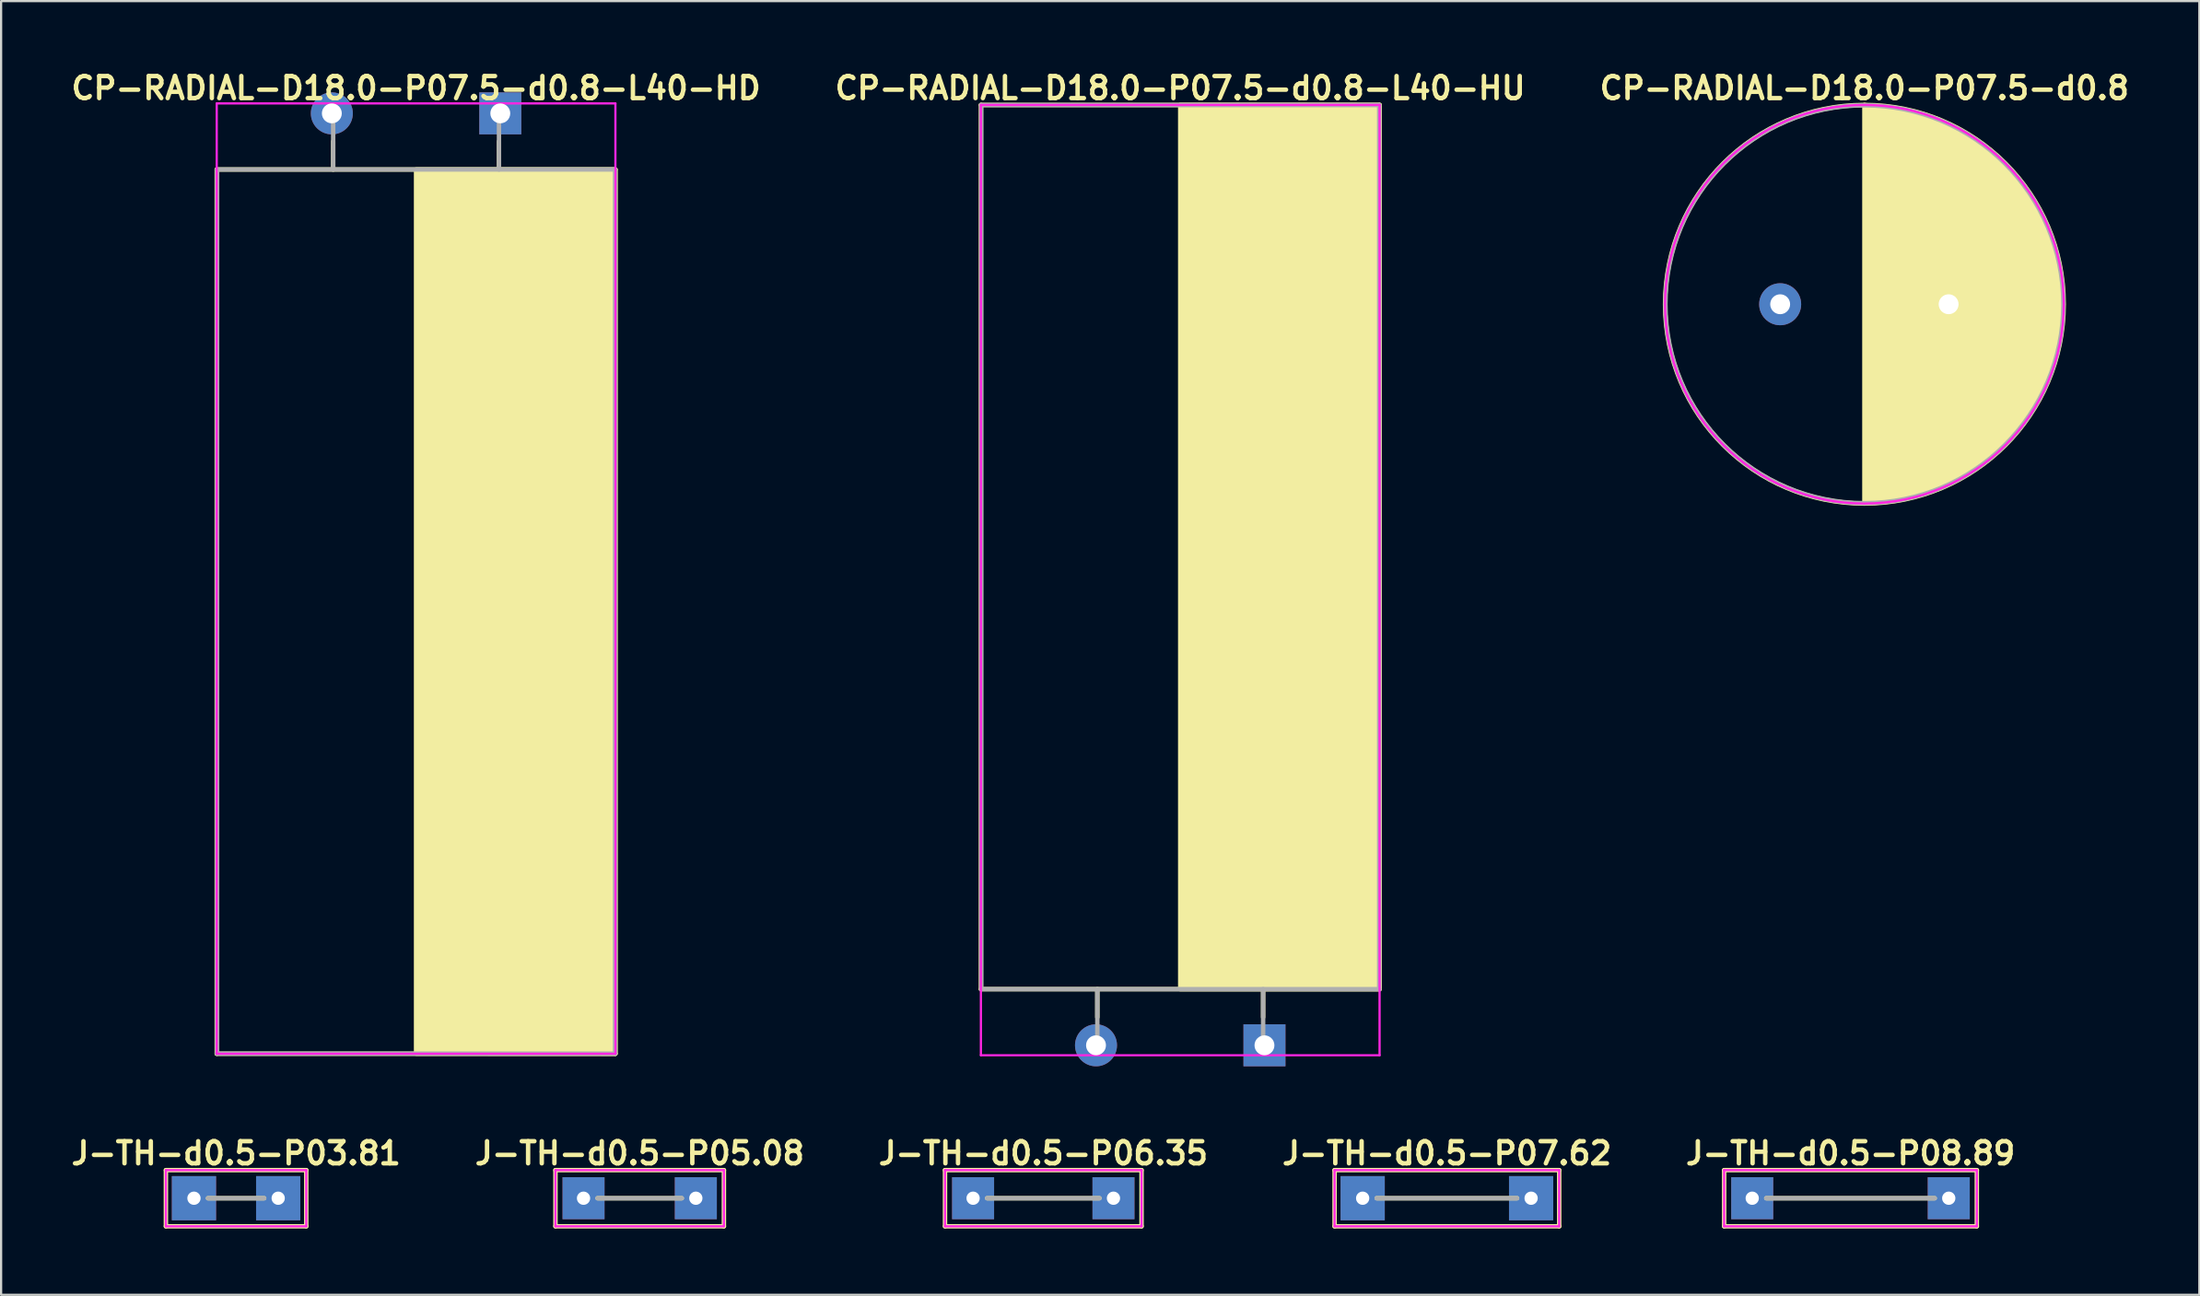
<source format=kicad_pcb>
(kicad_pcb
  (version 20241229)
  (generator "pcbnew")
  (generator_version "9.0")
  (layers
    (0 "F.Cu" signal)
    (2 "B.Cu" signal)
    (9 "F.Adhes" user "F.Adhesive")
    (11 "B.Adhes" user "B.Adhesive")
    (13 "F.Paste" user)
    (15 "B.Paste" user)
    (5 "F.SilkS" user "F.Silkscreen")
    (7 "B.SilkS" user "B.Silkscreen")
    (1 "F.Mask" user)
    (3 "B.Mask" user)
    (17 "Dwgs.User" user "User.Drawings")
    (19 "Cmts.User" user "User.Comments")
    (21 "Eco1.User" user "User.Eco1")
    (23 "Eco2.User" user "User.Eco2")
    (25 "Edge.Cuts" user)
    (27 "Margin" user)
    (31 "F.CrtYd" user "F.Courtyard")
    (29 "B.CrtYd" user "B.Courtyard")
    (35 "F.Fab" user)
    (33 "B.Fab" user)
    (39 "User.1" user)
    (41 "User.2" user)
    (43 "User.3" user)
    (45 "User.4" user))
  (footprint "J-TH-d0.5-P07.62"
    (layer "F.Cu")
    (at 62.4 51.161)
    (property "Reference" "J-TH-d0.5-P07.62" (at 0 -2.032 0) (layer "F.SilkS") (effects (font (size 1 1) (thickness 0.2))))
    (attr through_hole)
    (fp_line (start -5.08 -1.27) (end -5.08 1.27) (stroke (width 0.2) (type solid)) (layer "F.SilkS"))
    (fp_line (start -5.08 -1.27) (end 5.08 -1.27) (stroke (width 0.2) (type solid)) (layer "F.SilkS"))
    (fp_line (start -5.08 1.27) (end 5.08 1.27) (stroke (width 0.2) (type solid)) (layer "F.SilkS"))
    (fp_line (start -3.175 0) (end 3.175 0) (stroke (width 0.2) (type solid)) (layer "F.SilkS"))
    (fp_line (start 5.08 -1.27) (end 5.08 1.27) (stroke (width 0.2) (type solid)) (layer "F.SilkS"))
    (fp_line (start -5.08 -1.27) (end 5.08 -1.27) (stroke (width 0.1) (type solid)) (layer "F.CrtYd"))
    (fp_line (start -5.08 1.27) (end -5.08 -1.27) (stroke (width 0.1) (type solid)) (layer "F.CrtYd"))
    (fp_line (start 5.08 -1.27) (end 5.08 1.27) (stroke (width 0.1) (type solid)) (layer "F.CrtYd"))
    (fp_line (start 5.08 1.27) (end -5.08 1.27) (stroke (width 0.1) (type solid)) (layer "F.CrtYd"))
    (fp_line (start -3.175 0) (end 3.175 0) (stroke (width 0.2) (type solid)) (layer "F.Fab"))
    (pad "J" thru_hole rect (at -3.81 0) (size 2 2) (drill 0.6) (layers "B.Cu" "B.Mask"))
    (pad "J" thru_hole rect (at 3.81 0) (size 2 2) (drill 0.6) (layers "B.Cu" "B.Mask")))
  (footprint "CP-RADIAL-D18.0-P07.5-d0.8"
    (layer "F.Cu")
    (at 81.286 10.715)
    (property "Reference" "CP-RADIAL-D18.0-P07.5-d0.8" (at 0 -9.779 0) (layer "F.SilkS") (effects (font (size 1 1) (thickness 0.2))))
    (attr through_hole)
    (fp_circle (center 0 0) (end 9.017 0) (stroke (width 0.2) (type solid)) (fill no) (layer "F.SilkS"))
    (fp_poly (pts (xy 0 -9.017) (xy 3.302 -8.382) (xy 5.969 -6.731) (xy 7.874 -4.318) (xy 8.89 -1.27) (xy 8.89 1.27) (xy 7.874 4.318) (xy 5.969 6.731) (xy 3.302 8.382) (xy 0 9.017)) (stroke (width 0.2) (type solid)) (fill yes) (layer "F.SilkS"))
    (fp_circle (center 0 0) (end 9.017 0) (stroke (width 0.1) (type solid)) (fill no) (layer "F.CrtYd"))
    (fp_circle (center 0 0) (end 9 0) (stroke (width 0.2) (type solid)) (fill no) (layer "F.Fab"))
    (pad "+" thru_hole circle (at -3.81 0) (size 1.9 1.9) (drill 0.9) (layers "B.Cu" "B.Mask"))
    (pad "-" thru_hole rect (at 3.81 0) (size 1.9 1.9) (drill 0.9) (layers "B.Cu" "B.Mask")))
  (footprint "J-TH-d0.5-P05.08"
    (layer "F.Cu")
    (at 25.886 51.161)
    (property "Reference" "J-TH-d0.5-P05.08" (at 0 -2.032 0) (layer "F.SilkS") (effects (font (size 1 1) (thickness 0.2))))
    (attr through_hole)
    (fp_line (start -3.81 -1.27) (end -3.81 1.27) (stroke (width 0.2) (type solid)) (layer "F.SilkS"))
    (fp_line (start -3.81 -1.27) (end 3.81 -1.27) (stroke (width 0.2) (type solid)) (layer "F.SilkS"))
    (fp_line (start -3.81 1.27) (end 3.81 1.27) (stroke (width 0.2) (type solid)) (layer "F.SilkS"))
    (fp_line (start -1.905 0) (end 1.905 0) (stroke (width 0.2) (type solid)) (layer "F.SilkS"))
    (fp_line (start 3.81 -1.27) (end 3.81 1.27) (stroke (width 0.2) (type solid)) (layer "F.SilkS"))
    (fp_line (start -3.81 -1.27) (end 3.81 -1.27) (stroke (width 0.1) (type solid)) (layer "F.CrtYd"))
    (fp_line (start -3.81 1.27) (end -3.81 -1.27) (stroke (width 0.1) (type solid)) (layer "F.CrtYd"))
    (fp_line (start 3.81 -1.27) (end 3.81 1.27) (stroke (width 0.1) (type solid)) (layer "F.CrtYd"))
    (fp_line (start 3.81 1.27) (end -3.81 1.27) (stroke (width 0.1) (type solid)) (layer "F.CrtYd"))
    (fp_line (start -1.905 0) (end 1.905 0) (stroke (width 0.2) (type solid)) (layer "F.Fab"))
    (pad "J" thru_hole rect (at -2.54 0) (size 1.9 1.9) (drill 0.6) (layers "B.Cu" "B.Mask"))
    (pad "J" thru_hole rect (at 2.54 0) (size 1.9 1.9) (drill 0.6) (layers "B.Cu" "B.Mask")))
  (footprint "CP-RADIAL-D18.0-P07.5-d0.8-L40-HU"
    (layer "F.Cu")
    (at 50.338 44.243)
    (property "Reference" "CP-RADIAL-D18.0-P07.5-d0.8-L40-HU" (at 0 -43.307 0) (layer "F.SilkS") (effects (font (size 1 1) (thickness 0.2))))
    (attr through_hole)
    (fp_line (start -9.017 -42.545) (end -9.017 -2.54) (stroke (width 0.2) (type solid)) (layer "F.SilkS"))
    (fp_line (start -9.017 -42.545) (end 9.017 -42.545) (stroke (width 0.2) (type solid)) (layer "F.SilkS"))
    (fp_line (start -9.017 -2.54) (end 9.017 -2.54) (stroke (width 0.2) (type solid)) (layer "F.SilkS"))
    (fp_line (start -3.75 -2.54) (end -3.75 -1.27) (stroke (width 0.2) (type solid)) (layer "F.SilkS"))
    (fp_line (start 3.75 -2.54) (end 3.75 -1.27) (stroke (width 0.2) (type solid)) (layer "F.SilkS"))
    (fp_line (start 9.017 -42.545) (end 9.017 -2.54) (stroke (width 0.2) (type solid)) (layer "F.SilkS"))
    (fp_poly (pts (xy 0 -42.545) (xy 9.017 -42.545) (xy 9.017 -2.54) (xy 0 -2.54)) (stroke (width 0.2) (type solid)) (fill yes) (layer "F.SilkS"))
    (fp_line (start -9.017 -42.545) (end -9.017 0.45) (stroke (width 0.1) (type solid)) (layer "F.CrtYd"))
    (fp_line (start -9.017 -42.545) (end 9.017 -42.545) (stroke (width 0.1) (type solid)) (layer "F.CrtYd"))
    (fp_line (start -9.017 0.45) (end 9.017 0.45) (stroke (width 0.1) (type solid)) (layer "F.CrtYd"))
    (fp_line (start 9.017 -42.545) (end 9.017 0.45) (stroke (width 0.1) (type solid)) (layer "F.CrtYd"))
    (fp_line (start -9 -42.54) (end -9 -2.54) (stroke (width 0.2) (type solid)) (layer "F.Fab"))
    (fp_line (start -9 -42.54) (end 9 -42.54) (stroke (width 0.2) (type solid)) (layer "F.Fab"))
    (fp_line (start -9 -2.54) (end 9 -2.54) (stroke (width 0.2) (type solid)) (layer "F.Fab"))
    (fp_line (start -3.75 -2.54) (end -3.75 0) (stroke (width 0.2) (type solid)) (layer "F.Fab"))
    (fp_line (start 3.75 -2.54) (end 3.75 0) (stroke (width 0.2) (type solid)) (layer "F.Fab"))
    (fp_line (start 9 -42.54) (end 9 -2.54) (stroke (width 0.2) (type solid)) (layer "F.Fab"))
    (pad "+" thru_hole circle (at -3.81 0) (size 1.9 1.9) (drill 0.9) (layers "B.Cu" "B.Mask"))
    (pad "-" thru_hole rect (at 3.81 0) (size 1.9 1.9) (drill 0.9) (layers "B.Cu" "B.Mask")))
  (footprint "CP-RADIAL-D18.0-P07.5-d0.8-L40-HD"
    (layer "F.Cu")
    (at 15.771 2.079)
    (property "Reference" "CP-RADIAL-D18.0-P07.5-d0.8-L40-HD" (at 0 -1.143 0) (layer "F.SilkS") (effects (font (size 1 1) (thickness 0.2))))
    (attr through_hole)
    (fp_line (start -9.017 2.54) (end 9.017 2.54) (stroke (width 0.2) (type solid)) (layer "F.SilkS"))
    (fp_line (start -9.017 42.545) (end -9.017 2.54) (stroke (width 0.2) (type solid)) (layer "F.SilkS"))
    (fp_line (start -9.017 42.545) (end 9.017 42.545) (stroke (width 0.2) (type solid)) (layer "F.SilkS"))
    (fp_line (start -3.75 2.54) (end -3.75 1.27) (stroke (width 0.2) (type solid)) (layer "F.SilkS"))
    (fp_line (start 3.75 2.54) (end 3.75 1.27) (stroke (width 0.2) (type solid)) (layer "F.SilkS"))
    (fp_line (start 9.017 42.545) (end 9.017 2.54) (stroke (width 0.2) (type solid)) (layer "F.SilkS"))
    (fp_poly (pts (xy 0 2.54) (xy 9.017 2.54) (xy 9.017 42.545) (xy 0 42.54)) (stroke (width 0.2) (type solid)) (fill yes) (layer "F.SilkS"))
    (fp_line (start -9.017 -0.45) (end 9.017 -0.45) (stroke (width 0.1) (type solid)) (layer "F.CrtYd"))
    (fp_line (start -9.017 42.545) (end -9.017 -0.45) (stroke (width 0.1) (type solid)) (layer "F.CrtYd"))
    (fp_line (start -9.017 42.545) (end 9.017 42.545) (stroke (width 0.1) (type solid)) (layer "F.CrtYd"))
    (fp_line (start 9.017 42.545) (end 9.017 -0.45) (stroke (width 0.1) (type solid)) (layer "F.CrtYd"))
    (fp_line (start -9 2.54) (end 9 2.54) (stroke (width 0.2) (type solid)) (layer "F.Fab"))
    (fp_line (start -9 42.54) (end -9 2.54) (stroke (width 0.2) (type solid)) (layer "F.Fab"))
    (fp_line (start -9 42.54) (end 9 42.54) (stroke (width 0.2) (type solid)) (layer "F.Fab"))
    (fp_line (start -3.75 2.54) (end -3.75 0) (stroke (width 0.2) (type solid)) (layer "F.Fab"))
    (fp_line (start 3.75 2.54) (end 3.75 0) (stroke (width 0.2) (type solid)) (layer "F.Fab"))
    (fp_line (start 9 42.54) (end 9 2.54) (stroke (width 0.2) (type solid)) (layer "F.Fab"))
    (pad "+" thru_hole circle (at -3.81 0) (size 1.9 1.9) (drill 0.9) (layers "B.Cu" "B.Mask"))
    (pad "-" thru_hole rect (at 3.81 0) (size 1.9 1.9) (drill 0.9) (layers "B.Cu" "B.Mask")))
  (footprint "J-TH-d0.5-P06.35"
    (layer "F.Cu")
    (at 44.143 51.161)
    (property "Reference" "J-TH-d0.5-P06.35" (at 0 -2.032 0) (layer "F.SilkS") (effects (font (size 1 1) (thickness 0.2))))
    (attr through_hole)
    (fp_line (start -4.445 -1.27) (end -4.445 1.27) (stroke (width 0.2) (type solid)) (layer "F.SilkS"))
    (fp_line (start -4.445 -1.27) (end 4.445 -1.27) (stroke (width 0.2) (type solid)) (layer "F.SilkS"))
    (fp_line (start -4.445 1.27) (end 4.445 1.27) (stroke (width 0.2) (type solid)) (layer "F.SilkS"))
    (fp_line (start -2.54 0) (end 2.54 0) (stroke (width 0.2) (type solid)) (layer "F.SilkS"))
    (fp_line (start 4.445 -1.27) (end 4.445 1.27) (stroke (width 0.2) (type solid)) (layer "F.SilkS"))
    (fp_line (start -4.445 -1.27) (end 4.445 -1.27) (stroke (width 0.1) (type solid)) (layer "F.CrtYd"))
    (fp_line (start -4.445 1.27) (end -4.445 -1.27) (stroke (width 0.1) (type solid)) (layer "F.CrtYd"))
    (fp_line (start 4.445 -1.27) (end 4.445 1.27) (stroke (width 0.1) (type solid)) (layer "F.CrtYd"))
    (fp_line (start 4.445 1.27) (end -4.445 1.27) (stroke (width 0.1) (type solid)) (layer "F.CrtYd"))
    (fp_line (start -2.54 0) (end 2.54 0) (stroke (width 0.2) (type solid)) (layer "F.Fab"))
    (pad "J" thru_hole rect (at -3.175 0) (size 1.9 1.9) (drill 0.6) (layers "B.Cu" "B.Mask"))
    (pad "J" thru_hole rect (at 3.175 0) (size 1.9 1.9) (drill 0.6) (layers "B.Cu" "B.Mask")))
  (footprint "J-TH-d0.5-P03.81"
    (layer "F.Cu")
    (at 7.629 51.161)
    (property "Reference" "J-TH-d0.5-P03.81" (at 0 -2.032 0) (layer "F.SilkS") (effects (font (size 1 1) (thickness 0.2))))
    (attr through_hole)
    (fp_line (start -3.175 -1.27) (end -3.175 1.27) (stroke (width 0.2) (type solid)) (layer "F.SilkS"))
    (fp_line (start -3.175 -1.27) (end 3.175 -1.27) (stroke (width 0.2) (type solid)) (layer "F.SilkS"))
    (fp_line (start -3.175 1.27) (end 3.175 1.27) (stroke (width 0.2) (type solid)) (layer "F.SilkS"))
    (fp_line (start -1.27 0) (end 1.27 0) (stroke (width 0.2) (type solid)) (layer "F.SilkS"))
    (fp_line (start 3.175 -1.27) (end 3.175 1.27) (stroke (width 0.2) (type solid)) (layer "F.SilkS"))
    (fp_line (start -3.175 -1.27) (end 3.175 -1.27) (stroke (width 0.1) (type solid)) (layer "F.CrtYd"))
    (fp_line (start -3.175 1.27) (end -3.175 -1.27) (stroke (width 0.1) (type solid)) (layer "F.CrtYd"))
    (fp_line (start 3.175 -1.27) (end 3.175 1.27) (stroke (width 0.1) (type solid)) (layer "F.CrtYd"))
    (fp_line (start 3.175 1.27) (end -3.175 1.27) (stroke (width 0.1) (type solid)) (layer "F.CrtYd"))
    (fp_line (start -1.27 0) (end 1.27 0) (stroke (width 0.2) (type solid)) (layer "F.Fab"))
    (pad "J" thru_hole rect (at -1.905 0) (size 2 2) (drill 0.6) (layers "B.Cu" "B.Mask"))
    (pad "J" thru_hole rect (at 1.905 0) (size 2 2) (drill 0.6) (layers "B.Cu" "B.Mask")))
  (footprint "J-TH-d0.5-P08.89"
    (layer "F.Cu")
    (at 80.657 51.161)
    (property "Reference" "J-TH-d0.5-P08.89" (at 0 -2.032 0) (layer "F.SilkS") (effects (font (size 1 1) (thickness 0.2))))
    (attr through_hole)
    (fp_line (start -5.715 -1.27) (end -5.715 1.27) (stroke (width 0.2) (type solid)) (layer "F.SilkS"))
    (fp_line (start -5.715 -1.27) (end 5.715 -1.27) (stroke (width 0.2) (type solid)) (layer "F.SilkS"))
    (fp_line (start -5.715 1.27) (end 5.715 1.27) (stroke (width 0.2) (type solid)) (layer "F.SilkS"))
    (fp_line (start -3.81 0) (end 3.81 0) (stroke (width 0.2) (type solid)) (layer "F.SilkS"))
    (fp_line (start 5.715 -1.27) (end 5.715 1.27) (stroke (width 0.2) (type solid)) (layer "F.SilkS"))
    (fp_line (start -5.715 -1.27) (end 5.715 -1.27) (stroke (width 0.1) (type solid)) (layer "F.CrtYd"))
    (fp_line (start -5.715 1.27) (end -5.715 -1.27) (stroke (width 0.1) (type solid)) (layer "F.CrtYd"))
    (fp_line (start 5.715 -1.27) (end 5.715 1.27) (stroke (width 0.1) (type solid)) (layer "F.CrtYd"))
    (fp_line (start 5.715 1.27) (end -5.715 1.27) (stroke (width 0.1) (type solid)) (layer "F.CrtYd"))
    (fp_line (start -3.81 0) (end 3.81 0) (stroke (width 0.2) (type solid)) (layer "F.Fab"))
    (pad "J" thru_hole rect (at -4.445 0) (size 1.9 1.9) (drill 0.6) (layers "B.Cu" "B.Mask"))
    (pad "J" thru_hole rect (at 4.445 0) (size 1.9 1.9) (drill 0.6) (layers "B.Cu" "B.Mask")))
  (gr_rect
    (start -3 -3)
    (end 96.438 55.531)
    (stroke (width 0.1) (type default))
    (fill no)
    (layer "Edge.Cuts")))
</source>
